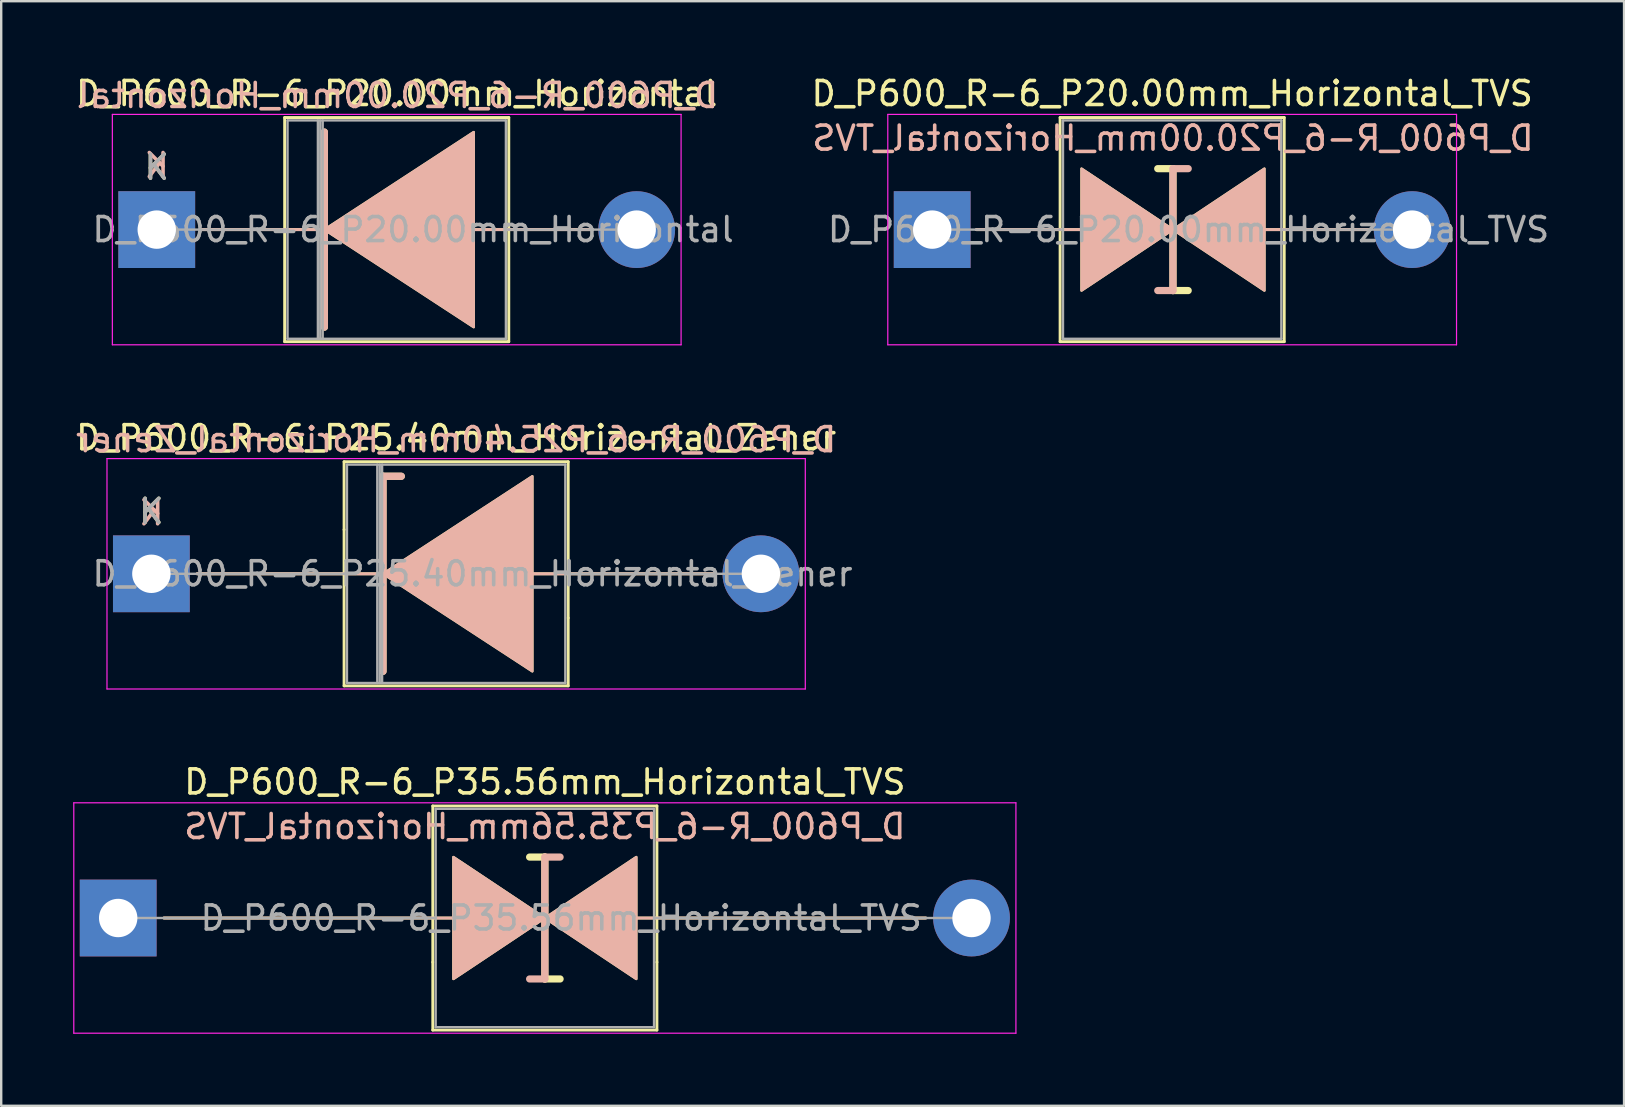
<source format=kicad_pcb>
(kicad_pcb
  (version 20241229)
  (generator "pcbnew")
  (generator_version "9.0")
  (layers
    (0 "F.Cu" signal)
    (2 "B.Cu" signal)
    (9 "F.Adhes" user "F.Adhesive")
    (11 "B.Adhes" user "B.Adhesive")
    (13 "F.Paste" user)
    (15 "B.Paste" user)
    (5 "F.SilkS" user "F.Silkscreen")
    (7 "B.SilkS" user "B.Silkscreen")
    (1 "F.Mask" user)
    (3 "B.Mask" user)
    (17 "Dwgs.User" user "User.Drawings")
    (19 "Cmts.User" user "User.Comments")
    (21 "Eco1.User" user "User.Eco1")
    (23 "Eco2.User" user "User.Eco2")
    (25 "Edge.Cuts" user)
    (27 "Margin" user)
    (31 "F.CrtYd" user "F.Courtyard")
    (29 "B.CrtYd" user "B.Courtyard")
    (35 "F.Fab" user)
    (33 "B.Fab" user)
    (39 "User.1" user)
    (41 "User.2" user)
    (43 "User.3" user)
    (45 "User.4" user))
  (footprint "D_P600_R-6_P35.56mm_Horizontal_TVS"
    (layer "F.Cu")
    (at 1.875 35.205)
    (property "Reference" "D_P600_R-6_P35.56mm_Horizontal_TVS" (at 17.78 -5.67 0) (layer "F.SilkS") (effects (font (size 1 1) (thickness 0.15))))
    (fp_line (start 1.905 0) (end 13.97 0) (stroke (width 0.12) (type solid)) (layer "F.SilkS"))
    (fp_line (start 13.11 -4.67) (end 22.45 -4.67) (stroke (width 0.12) (type solid)) (layer "F.SilkS"))
    (fp_line (start 13.11 1.84) (end 13.11 -4.67) (stroke (width 0.12) (type solid)) (layer "F.SilkS"))
    (fp_line (start 13.11 1.84) (end 13.11 4.67) (stroke (width 0.12) (type solid)) (layer "F.SilkS"))
    (fp_line (start 13.11 4.67) (end 22.45 4.67) (stroke (width 0.12) (type solid)) (layer "F.SilkS"))
    (fp_line (start 17.78 -2.54) (end 17.145 -2.54) (stroke (width 0.3) (type solid)) (layer "F.SilkS"))
    (fp_line (start 17.78 2.54) (end 17.78 -2.54) (stroke (width 0.3) (type solid)) (layer "F.SilkS"))
    (fp_line (start 18.415 2.54) (end 17.78 2.54) (stroke (width 0.3) (type solid)) (layer "F.SilkS"))
    (fp_line (start 22.45 -4.67) (end 22.45 1.84) (stroke (width 0.12) (type solid)) (layer "F.SilkS"))
    (fp_line (start 22.45 4.67) (end 22.45 1.84) (stroke (width 0.12) (type solid)) (layer "F.SilkS"))
    (fp_line (start 33.655 0) (end 21.59 0) (stroke (width 0.12) (type solid)) (layer "F.SilkS"))
    (fp_poly (pts (xy 17.78 0) (xy 13.97 2.54) (xy 13.97 -2.54)) (stroke (width 0.1) (type solid)) (fill yes) (layer "F.SilkS"))
    (fp_poly (pts (xy 17.78 0) (xy 21.59 -2.54) (xy 21.59 2.54)) (stroke (width 0.1) (type solid)) (fill yes) (layer "F.SilkS"))
    (fp_line (start 1.905 0) (end 13.97 0) (stroke (width 0.12) (type solid)) (layer "B.SilkS"))
    (fp_line (start 17.78 -2.54) (end 17.78 2.54) (stroke (width 0.3) (type solid)) (layer "B.SilkS"))
    (fp_line (start 17.78 2.54) (end 17.145 2.54) (stroke (width 0.3) (type solid)) (layer "B.SilkS"))
    (fp_line (start 18.415 -2.54) (end 17.78 -2.54) (stroke (width 0.3) (type solid)) (layer "B.SilkS"))
    (fp_line (start 33.655 0) (end 21.59 0) (stroke (width 0.12) (type solid)) (layer "B.SilkS"))
    (fp_poly (pts (xy 17.78 0) (xy 13.97 -2.54) (xy 13.97 2.54)) (stroke (width 0.1) (type solid)) (fill yes) (layer "B.SilkS"))
    (fp_poly (pts (xy 17.78 0) (xy 21.59 2.54) (xy 21.59 -2.54)) (stroke (width 0.1) (type solid)) (fill yes) (layer "B.SilkS"))
    (fp_line (start -1.85 -4.8) (end -1.85 4.8) (stroke (width 0.05) (type solid)) (layer "F.CrtYd"))
    (fp_line (start -1.85 4.8) (end 37.41 4.8) (stroke (width 0.05) (type solid)) (layer "F.CrtYd"))
    (fp_line (start 37.41 -4.8) (end -1.85 -4.8) (stroke (width 0.05) (type solid)) (layer "F.CrtYd"))
    (fp_line (start 37.41 4.8) (end 37.41 -4.8) (stroke (width 0.05) (type solid)) (layer "F.CrtYd"))
    (fp_line (start 0 0) (end 13.23 0) (stroke (width 0.1) (type solid)) (layer "F.Fab"))
    (fp_line (start 13.23 -4.55) (end 13.23 4.55) (stroke (width 0.1) (type solid)) (layer "F.Fab"))
    (fp_line (start 13.23 4.55) (end 22.33 4.55) (stroke (width 0.1) (type solid)) (layer "F.Fab"))
    (fp_line (start 22.33 -4.55) (end 13.23 -4.55) (stroke (width 0.1) (type solid)) (layer "F.Fab"))
    (fp_line (start 22.33 4.55) (end 22.33 -4.55) (stroke (width 0.1) (type solid)) (layer "F.Fab"))
    (fp_line (start 35.56 0) (end 22.33 0) (stroke (width 0.1) (type solid)) (layer "F.Fab"))
    (fp_text user "${REFERENCE}" (at 17.78 -3.81 0) (layer "B.SilkS") (effects (font (size 1 1) (thickness 0.15)) (justify mirror)))
    (fp_text user "${REFERENCE}" (at 18.462 0 0) (layer "F.Fab") (effects (font (size 1 1) (thickness 0.15))))
    (pad "1" thru_hole rect (at 0 0) (size 3.2 3.2) (drill 1.6) (layers "*.Cu" "*.Mask"))
    (pad "2" thru_hole oval (at 35.56 0) (size 3.2 3.2) (drill 1.6) (layers "*.Cu" "*.Mask")))
  (footprint "D_P600_R-6_P20.00mm_Horizontal"
    (layer "F.Cu")
    (at 3.482 6.518)
    (property "Reference" "D_P600_R-6_P20.00mm_Horizontal" (at 10 -5.67 0) (layer "F.SilkS") (effects (font (size 1 1) (thickness 0.15))))
    (fp_line (start 1.84 0) (end 5.33 0) (stroke (width 0.12) (type solid)) (layer "F.SilkS"))
    (fp_line (start 5.33 -4.67) (end 5.33 4.67) (stroke (width 0.12) (type solid)) (layer "F.SilkS"))
    (fp_line (start 5.33 4.67) (end 14.67 4.67) (stroke (width 0.12) (type solid)) (layer "F.SilkS"))
    (fp_line (start 6.858 0) (end 5.33 0) (stroke (width 0.12) (type solid)) (layer "F.SilkS"))
    (fp_line (start 6.985 -4.064) (end 6.985 4.064) (stroke (width 0.3) (type solid)) (layer "F.SilkS"))
    (fp_line (start 13.081 0) (end 14.67 0) (stroke (width 0.12) (type solid)) (layer "F.SilkS"))
    (fp_line (start 14.67 -4.67) (end 5.33 -4.67) (stroke (width 0.12) (type solid)) (layer "F.SilkS"))
    (fp_line (start 14.67 4.67) (end 14.67 -4.67) (stroke (width 0.12) (type solid)) (layer "F.SilkS"))
    (fp_line (start 18.16 0) (end 14.67 0) (stroke (width 0.12) (type solid)) (layer "F.SilkS"))
    (fp_poly (pts (xy 13.208 4.064) (xy 6.985 0) (xy 13.208 -4.064)) (stroke (width 0.1) (type solid)) (fill yes) (layer "F.SilkS"))
    (fp_line (start 1.841 0) (end 5.331 0) (stroke (width 0.12) (type solid)) (layer "B.SilkS"))
    (fp_line (start 6.859 0) (end 5.331 0) (stroke (width 0.12) (type solid)) (layer "B.SilkS"))
    (fp_line (start 6.986 4.064) (end 6.986 -4.064) (stroke (width 0.3) (type solid)) (layer "B.SilkS"))
    (fp_line (start 13.082 0) (end 14.671 0) (stroke (width 0.12) (type solid)) (layer "B.SilkS"))
    (fp_line (start 18.161 0) (end 14.671 0) (stroke (width 0.12) (type solid)) (layer "B.SilkS"))
    (fp_poly (pts (xy 13.209 -4.064) (xy 6.986 0) (xy 13.209 4.064)) (stroke (width 0.1) (type solid)) (fill yes) (layer "B.SilkS"))
    (fp_line (start -1.85 -4.8) (end -1.85 4.8) (stroke (width 0.05) (type solid)) (layer "F.CrtYd"))
    (fp_line (start -1.85 4.8) (end 21.85 4.8) (stroke (width 0.05) (type solid)) (layer "F.CrtYd"))
    (fp_line (start 21.85 -4.8) (end -1.85 -4.8) (stroke (width 0.05) (type solid)) (layer "F.CrtYd"))
    (fp_line (start 21.85 4.8) (end 21.85 -4.8) (stroke (width 0.05) (type solid)) (layer "F.CrtYd"))
    (fp_line (start 0 0) (end 5.45 0) (stroke (width 0.1) (type solid)) (layer "F.Fab"))
    (fp_line (start 5.45 -4.55) (end 5.45 4.55) (stroke (width 0.1) (type solid)) (layer "F.Fab"))
    (fp_line (start 5.45 4.55) (end 14.55 4.55) (stroke (width 0.1) (type solid)) (layer "F.Fab"))
    (fp_line (start 6.715 -4.55) (end 6.715 4.55) (stroke (width 0.1) (type solid)) (layer "F.Fab"))
    (fp_line (start 6.815 -4.55) (end 6.815 4.55) (stroke (width 0.1) (type solid)) (layer "F.Fab"))
    (fp_line (start 6.915 -4.55) (end 6.915 4.55) (stroke (width 0.1) (type solid)) (layer "F.Fab"))
    (fp_line (start 14.55 -4.55) (end 5.45 -4.55) (stroke (width 0.1) (type solid)) (layer "F.Fab"))
    (fp_line (start 14.55 4.55) (end 14.55 -4.55) (stroke (width 0.1) (type solid)) (layer "F.Fab"))
    (fp_line (start 20 0) (end 14.55 0) (stroke (width 0.1) (type solid)) (layer "F.Fab"))
    (fp_text user "K" (at 0 -2.6 0) (layer "F.SilkS") (effects (font (size 1 1) (thickness 0.15))))
    (fp_text user "K" (at 0 -2.667 0) (layer "B.SilkS") (effects (font (size 1 1) (thickness 0.15)) (justify mirror)))
    (fp_text user "${REFERENCE}" (at 10.033 -5.588 0) (layer "B.SilkS") (effects (font (size 1 1) (thickness 0.15)) (justify mirror)))
    (fp_text user "K" (at 0 -2.6 0) (layer "F.Fab") (effects (font (size 1 1) (thickness 0.15))))
    (fp_text user "${REFERENCE}" (at 10.682 0 0) (layer "F.Fab") (effects (font (size 1 1) (thickness 0.15))))
    (pad "1" thru_hole rect (at 0 0) (size 3.2 3.2) (drill 1.6) (layers "*.Cu" "*.Mask"))
    (pad "2" thru_hole oval (at 20 0) (size 3.2 3.2) (drill 1.6) (layers "*.Cu" "*.Mask")))
  (footprint "D_P600_R-6_P20.00mm_Horizontal_TVS"
    (layer "F.Cu")
    (at 35.796 6.518)
    (property "Reference" "D_P600_R-6_P20.00mm_Horizontal_TVS" (at 10 -5.67 0) (layer "F.SilkS") (effects (font (size 1 1) (thickness 0.15))))
    (fp_line (start 1.84 0) (end 5.33 0) (stroke (width 0.12) (type solid)) (layer "F.SilkS"))
    (fp_line (start 5.33 -4.67) (end 5.33 4.67) (stroke (width 0.12) (type solid)) (layer "F.SilkS"))
    (fp_line (start 5.33 0) (end 6.223 0) (stroke (width 0.12) (type solid)) (layer "F.SilkS"))
    (fp_line (start 5.33 4.67) (end 14.67 4.67) (stroke (width 0.12) (type solid)) (layer "F.SilkS"))
    (fp_line (start 10.033 -2.54) (end 9.398 -2.54) (stroke (width 0.3) (type solid)) (layer "F.SilkS"))
    (fp_line (start 10.033 2.54) (end 10.033 -2.54) (stroke (width 0.3) (type solid)) (layer "F.SilkS"))
    (fp_line (start 10.668 2.54) (end 10.033 2.54) (stroke (width 0.3) (type solid)) (layer "F.SilkS"))
    (fp_line (start 14.67 -4.67) (end 5.33 -4.67) (stroke (width 0.12) (type solid)) (layer "F.SilkS"))
    (fp_line (start 14.67 0) (end 13.843 0) (stroke (width 0.12) (type solid)) (layer "F.SilkS"))
    (fp_line (start 14.67 4.67) (end 14.67 -4.67) (stroke (width 0.12) (type solid)) (layer "F.SilkS"))
    (fp_line (start 18.16 0) (end 14.67 0) (stroke (width 0.12) (type solid)) (layer "F.SilkS"))
    (fp_poly (pts (xy 10.033 0) (xy 6.223 2.54) (xy 6.223 -2.54)) (stroke (width 0.1) (type solid)) (fill yes) (layer "F.SilkS"))
    (fp_poly (pts (xy 10.033 0) (xy 13.843 -2.54) (xy 13.843 2.54)) (stroke (width 0.1) (type solid)) (fill yes) (layer "F.SilkS"))
    (fp_line (start 1.841 0) (end 5.331 0) (stroke (width 0.12) (type solid)) (layer "B.SilkS"))
    (fp_line (start 5.331 0) (end 6.224 0) (stroke (width 0.12) (type solid)) (layer "B.SilkS"))
    (fp_line (start 10.034 -2.54) (end 10.034 2.54) (stroke (width 0.3) (type solid)) (layer "B.SilkS"))
    (fp_line (start 10.034 2.54) (end 9.399 2.54) (stroke (width 0.3) (type solid)) (layer "B.SilkS"))
    (fp_line (start 10.669 -2.54) (end 10.034 -2.54) (stroke (width 0.3) (type solid)) (layer "B.SilkS"))
    (fp_line (start 14.671 0) (end 13.844 0) (stroke (width 0.12) (type solid)) (layer "B.SilkS"))
    (fp_line (start 18.161 0) (end 14.671 0) (stroke (width 0.12) (type solid)) (layer "B.SilkS"))
    (fp_poly (pts (xy 10.034 0) (xy 6.224 -2.54) (xy 6.224 2.54)) (stroke (width 0.1) (type solid)) (fill yes) (layer "B.SilkS"))
    (fp_poly (pts (xy 10.034 0) (xy 13.844 2.54) (xy 13.844 -2.54)) (stroke (width 0.1) (type solid)) (fill yes) (layer "B.SilkS"))
    (fp_line (start -1.85 -4.8) (end -1.85 4.8) (stroke (width 0.05) (type solid)) (layer "F.CrtYd"))
    (fp_line (start -1.85 4.8) (end 21.85 4.8) (stroke (width 0.05) (type solid)) (layer "F.CrtYd"))
    (fp_line (start 21.85 -4.8) (end -1.85 -4.8) (stroke (width 0.05) (type solid)) (layer "F.CrtYd"))
    (fp_line (start 21.85 4.8) (end 21.85 -4.8) (stroke (width 0.05) (type solid)) (layer "F.CrtYd"))
    (fp_line (start 0 0) (end 5.45 0) (stroke (width 0.1) (type solid)) (layer "F.Fab"))
    (fp_line (start 5.45 -4.55) (end 5.45 4.55) (stroke (width 0.1) (type solid)) (layer "F.Fab"))
    (fp_line (start 5.45 4.55) (end 14.55 4.55) (stroke (width 0.1) (type solid)) (layer "F.Fab"))
    (fp_line (start 14.55 -4.55) (end 5.45 -4.55) (stroke (width 0.1) (type solid)) (layer "F.Fab"))
    (fp_line (start 14.55 4.55) (end 14.55 -4.55) (stroke (width 0.1) (type solid)) (layer "F.Fab"))
    (fp_line (start 20 0) (end 14.55 0) (stroke (width 0.1) (type solid)) (layer "F.Fab"))
    (fp_text user "${REFERENCE}" (at 10.033 -3.81 0) (layer "B.SilkS") (effects (font (size 1 1) (thickness 0.15)) (justify mirror)))
    (fp_text user "${REFERENCE}" (at 10.682 0 0) (layer "F.Fab") (effects (font (size 1 1) (thickness 0.15))))
    (pad "1" thru_hole rect (at 0 0) (size 3.2 3.2) (drill 1.6) (layers "*.Cu" "*.Mask"))
    (pad "2" thru_hole oval (at 20 0) (size 3.2 3.2) (drill 1.6) (layers "*.Cu" "*.Mask")))
  (footprint "D_P600_R-6_P25.40mm_Horizontal_Zener"
    (layer "F.Cu")
    (at 3.258 20.861)
    (property "Reference" "D_P600_R-6_P25.40mm_Horizontal_Zener" (at 12.7 -5.67 0) (layer "F.SilkS") (effects (font (size 1 1) (thickness 0.15))))
    (fp_line (start 8.03 -4.67) (end 17.37 -4.67) (stroke (width 0.12) (type solid)) (layer "F.SilkS"))
    (fp_line (start 8.03 -1.84) (end 8.03 -4.67) (stroke (width 0.12) (type solid)) (layer "F.SilkS"))
    (fp_line (start 8.03 -1.84) (end 8.03 4.67) (stroke (width 0.12) (type solid)) (layer "F.SilkS"))
    (fp_line (start 8.03 4.67) (end 17.37 4.67) (stroke (width 0.12) (type solid)) (layer "F.SilkS"))
    (fp_line (start 9.525 0) (end 1.905 0) (stroke (width 0.12) (type solid)) (layer "F.SilkS"))
    (fp_line (start 9.652 -4.064) (end 9.652 4.064) (stroke (width 0.3) (type solid)) (layer "F.SilkS"))
    (fp_line (start 9.652 -4.064) (end 10.414 -4.064) (stroke (width 0.3) (type solid)) (layer "F.SilkS"))
    (fp_line (start 15.748 0) (end 23.495 0) (stroke (width 0.12) (type solid)) (layer "F.SilkS"))
    (fp_line (start 17.37 -4.67) (end 17.37 1.84) (stroke (width 0.12) (type solid)) (layer "F.SilkS"))
    (fp_line (start 17.37 4.67) (end 17.37 1.84) (stroke (width 0.12) (type solid)) (layer "F.SilkS"))
    (fp_poly (pts (xy 15.875 4.064) (xy 9.652 0) (xy 15.875 -4.064)) (stroke (width 0.1) (type solid)) (fill yes) (layer "F.SilkS"))
    (fp_line (start 9.525 0) (end 1.905 0) (stroke (width 0.12) (type solid)) (layer "B.SilkS"))
    (fp_line (start 9.652 -4.064) (end 10.414 -4.064) (stroke (width 0.3) (type solid)) (layer "B.SilkS"))
    (fp_line (start 9.652 4.064) (end 9.652 -4.064) (stroke (width 0.3) (type solid)) (layer "B.SilkS"))
    (fp_line (start 15.748 0) (end 23.495 0) (stroke (width 0.12) (type solid)) (layer "B.SilkS"))
    (fp_poly (pts (xy 15.875 -4.064) (xy 9.652 0) (xy 15.875 4.064)) (stroke (width 0.1) (type solid)) (fill yes) (layer "B.SilkS"))
    (fp_line (start -1.85 -4.8) (end -1.85 4.8) (stroke (width 0.05) (type solid)) (layer "F.CrtYd"))
    (fp_line (start -1.85 4.8) (end 27.25 4.8) (stroke (width 0.05) (type solid)) (layer "F.CrtYd"))
    (fp_line (start 27.25 -4.8) (end -1.85 -4.8) (stroke (width 0.05) (type solid)) (layer "F.CrtYd"))
    (fp_line (start 27.25 4.8) (end 27.25 -4.8) (stroke (width 0.05) (type solid)) (layer "F.CrtYd"))
    (fp_line (start 0 0) (end 8.15 0) (stroke (width 0.1) (type solid)) (layer "F.Fab"))
    (fp_line (start 8.15 -4.55) (end 8.15 4.55) (stroke (width 0.1) (type solid)) (layer "F.Fab"))
    (fp_line (start 8.15 4.55) (end 17.25 4.55) (stroke (width 0.1) (type solid)) (layer "F.Fab"))
    (fp_line (start 9.415 -4.55) (end 9.415 4.55) (stroke (width 0.1) (type solid)) (layer "F.Fab"))
    (fp_line (start 9.515 -4.55) (end 9.515 4.55) (stroke (width 0.1) (type solid)) (layer "F.Fab"))
    (fp_line (start 9.615 -4.55) (end 9.615 4.55) (stroke (width 0.1) (type solid)) (layer "F.Fab"))
    (fp_line (start 17.25 -4.55) (end 8.15 -4.55) (stroke (width 0.1) (type solid)) (layer "F.Fab"))
    (fp_line (start 17.25 4.55) (end 17.25 -4.55) (stroke (width 0.1) (type solid)) (layer "F.Fab"))
    (fp_line (start 25.4 0) (end 17.25 0) (stroke (width 0.1) (type solid)) (layer "F.Fab"))
    (fp_text user "K" (at 0 -2.6 0) (layer "F.SilkS") (effects (font (size 1 1) (thickness 0.15))))
    (fp_text user "K" (at 0 -2.54 0) (layer "B.SilkS") (effects (font (size 1 1) (thickness 0.15)) (justify mirror)))
    (fp_text user "${REFERENCE}" (at 12.7 -5.588 0) (layer "B.SilkS") (effects (font (size 1 1) (thickness 0.15)) (justify mirror)))
    (fp_text user "${REFERENCE}" (at 13.383 0 0) (layer "F.Fab") (effects (font (size 1 1) (thickness 0.15))))
    (fp_text user "K" (at 0 -2.6 0) (layer "F.Fab") (effects (font (size 1 1) (thickness 0.15))))
    (pad "1" thru_hole rect (at 0 0) (size 3.2 3.2) (drill 1.6) (layers "*.Cu" "*.Mask"))
    (pad "2" thru_hole oval (at 25.4 0) (size 3.2 3.2) (drill 1.6) (layers "*.Cu" "*.Mask")))
  (gr_rect
    (start -3 -3)
    (end 64.627 43.03)
    (stroke (width 0.1) (type default))
    (fill no)
    (layer "Edge.Cuts")))
</source>
